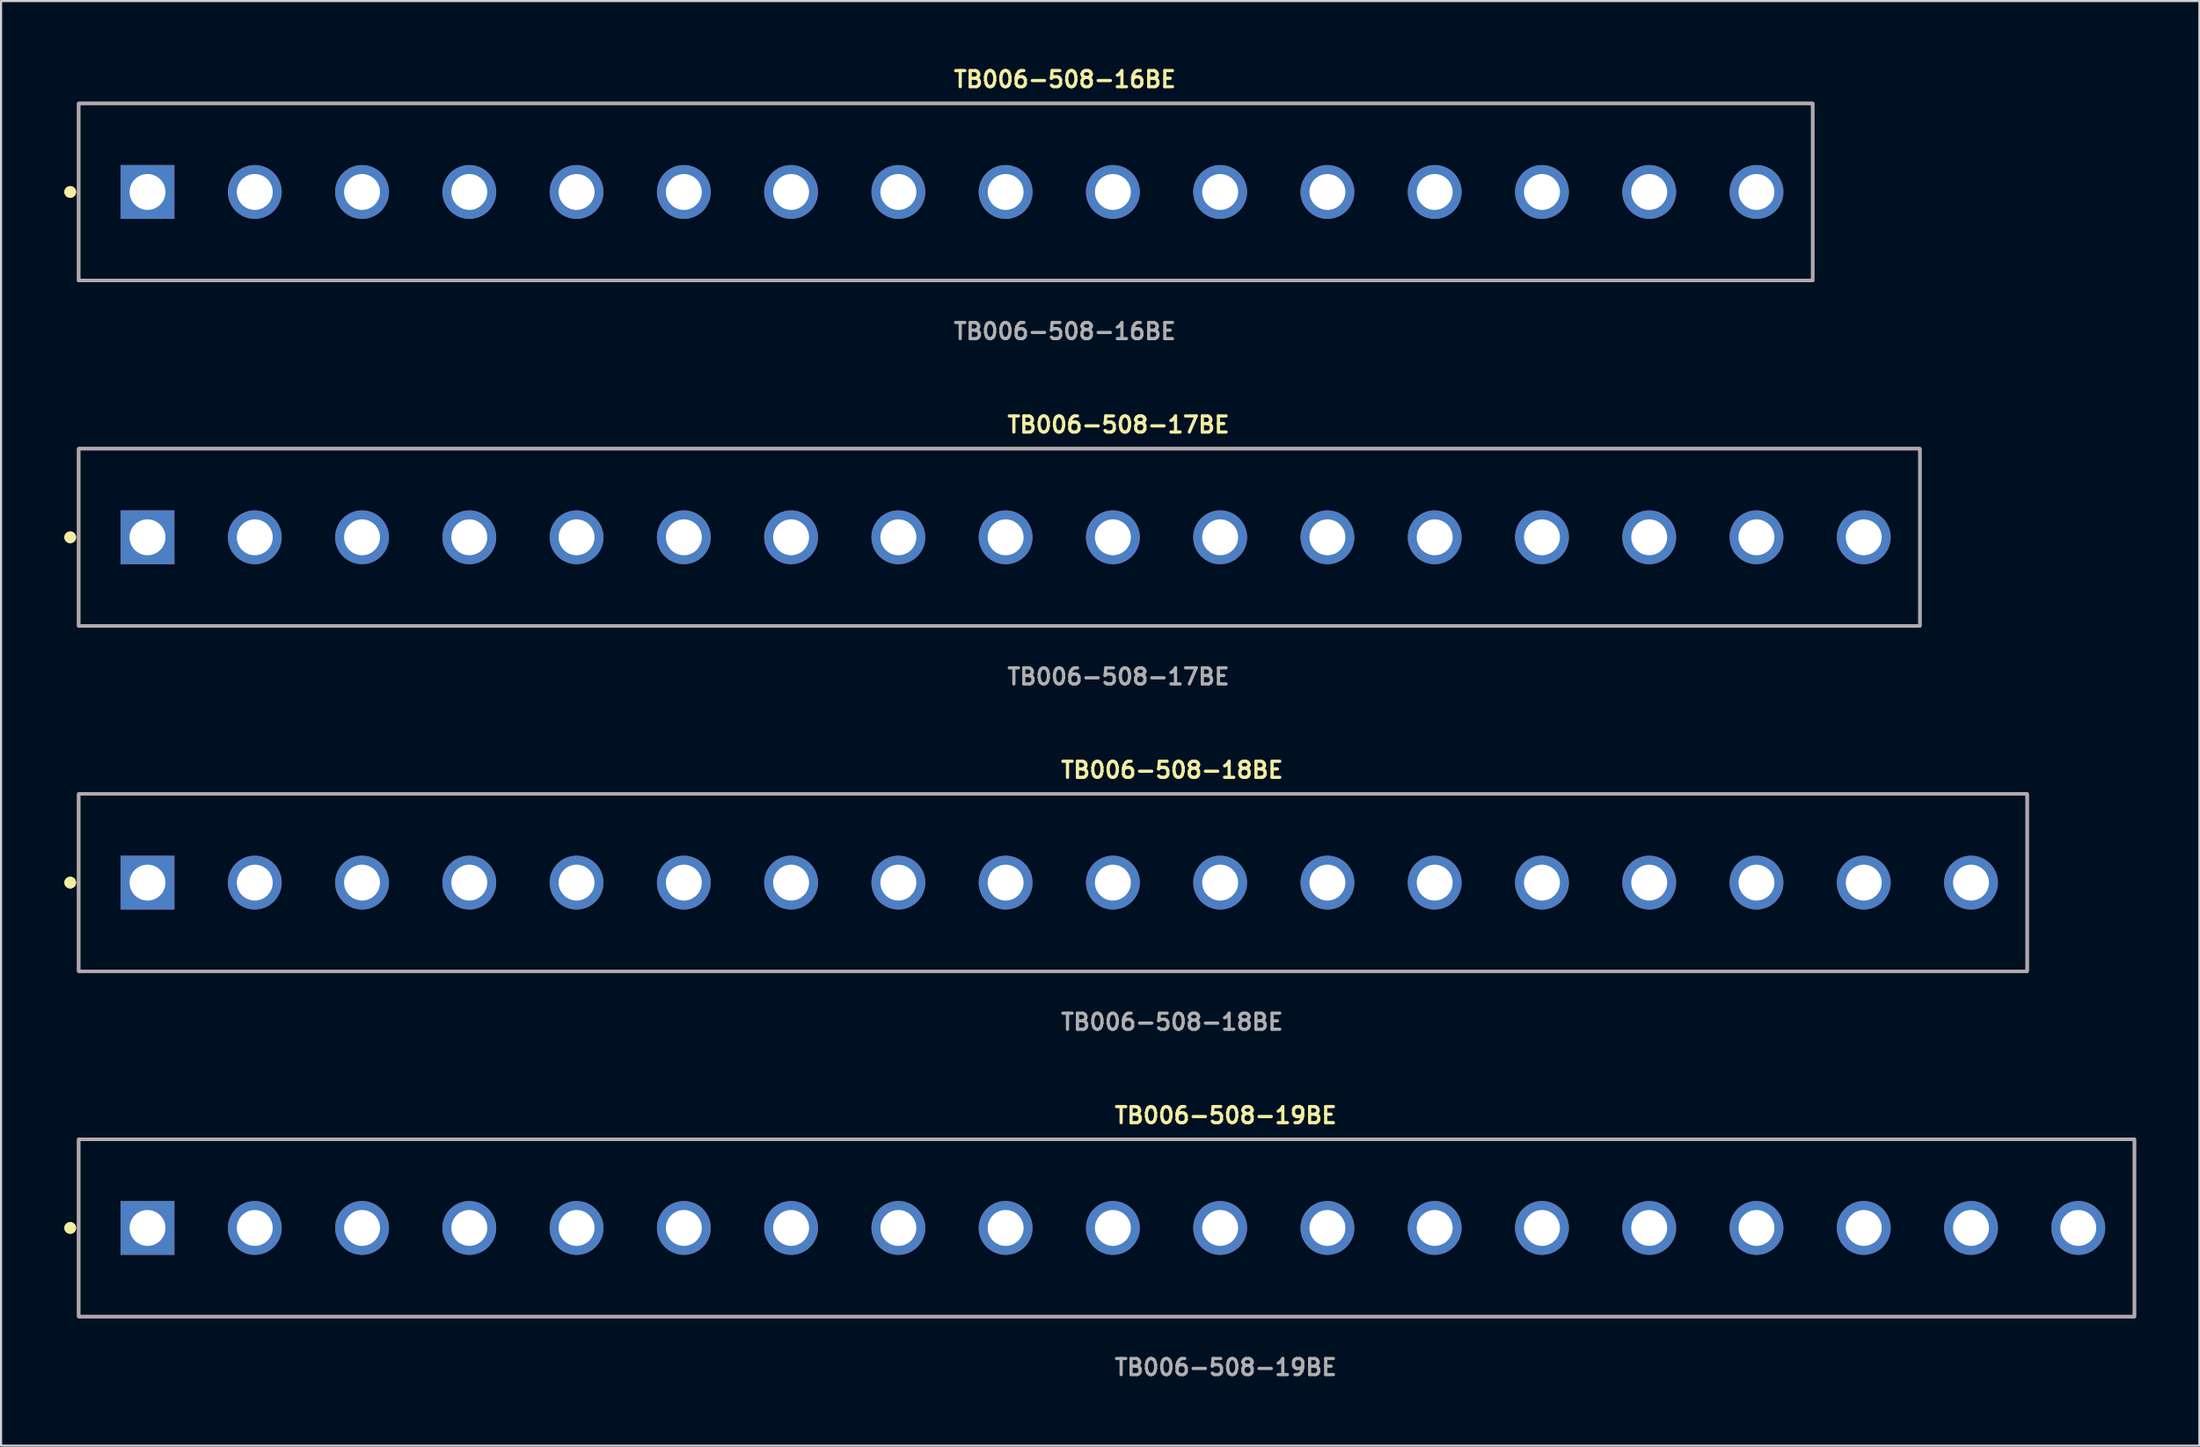
<source format=kicad_pcb>
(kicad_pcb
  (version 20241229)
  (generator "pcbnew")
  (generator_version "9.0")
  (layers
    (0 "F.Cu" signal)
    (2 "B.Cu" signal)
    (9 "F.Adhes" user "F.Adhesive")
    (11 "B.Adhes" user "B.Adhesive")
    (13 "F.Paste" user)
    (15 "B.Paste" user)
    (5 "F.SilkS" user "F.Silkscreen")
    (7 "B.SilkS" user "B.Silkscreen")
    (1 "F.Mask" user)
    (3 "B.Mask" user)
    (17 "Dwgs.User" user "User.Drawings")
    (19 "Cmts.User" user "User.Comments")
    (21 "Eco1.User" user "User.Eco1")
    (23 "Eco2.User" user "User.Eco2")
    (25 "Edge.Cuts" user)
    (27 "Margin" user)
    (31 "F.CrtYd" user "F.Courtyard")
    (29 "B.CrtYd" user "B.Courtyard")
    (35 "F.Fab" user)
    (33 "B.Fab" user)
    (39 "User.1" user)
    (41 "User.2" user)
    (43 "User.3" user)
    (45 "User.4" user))
  (footprint "TB006-508-17BE"
    (layer "F.Cu")
    (at 44.576 22.412)
    (property "Reference" "TB006-508-17BE" (at 0 -5.334 0) (unlocked yes) (layer "F.SilkS") (effects (font (size 0.762 0.762) (thickness 0.152)) (justify left)))
    (fp_rect (start -43.9 4.2) (end 43.3 -4.2) (stroke (width 0.152) (type solid)) (fill no) (layer "F.SilkS"))
    (fp_circle (center -44.3 0) (end -44.5 0) (stroke (width 0.152) (type solid)) (fill yes) (layer "F.SilkS"))
    (fp_circle (center -44.3 0) (end -44.5 0) (stroke (width 0.152) (type solid)) (fill yes) (layer "F.SilkS"))
    (fp_rect (start -43.9 4.2) (end 43.3 -4.2) (stroke (width 0.006) (type solid)) (fill no) (layer "F.CrtYd"))
    (fp_rect (start -43.9 4.2) (end 43.3 -4.2) (stroke (width 0.152) (type solid)) (fill no) (layer "F.Fab"))
    (fp_text user "${REFERENCE}" (at 0 6.604 0) (unlocked yes) (layer "F.Fab") (effects (font (size 0.762 0.762) (thickness 0.152)) (justify left)))
    (pad "1" thru_hole rect (at -40.64 0) (size 2.55 2.55) (drill 1.7) (layers "*.Cu" "*.Mask"))
    (pad "2" thru_hole circle (at -35.56 0) (size 2.55 2.55) (drill 1.7) (layers "*.Cu" "*.Mask"))
    (pad "3" thru_hole circle (at -30.48 0) (size 2.55 2.55) (drill 1.7) (layers "*.Cu" "*.Mask"))
    (pad "4" thru_hole circle (at -25.4 0) (size 2.55 2.55) (drill 1.7) (layers "*.Cu" "*.Mask"))
    (pad "5" thru_hole circle (at -20.32 0) (size 2.55 2.55) (drill 1.7) (layers "*.Cu" "*.Mask"))
    (pad "6" thru_hole circle (at -15.24 0) (size 2.55 2.55) (drill 1.7) (layers "*.Cu" "*.Mask"))
    (pad "7" thru_hole circle (at -10.16 0) (size 2.55 2.55) (drill 1.7) (layers "*.Cu" "*.Mask"))
    (pad "8" thru_hole circle (at -5.08 0) (size 2.55 2.55) (drill 1.7) (layers "*.Cu" "*.Mask"))
    (pad "9" thru_hole circle (at 0 0) (size 2.55 2.55) (drill 1.7) (layers "*.Cu" "*.Mask"))
    (pad "10" thru_hole circle (at 5.08 0) (size 2.55 2.55) (drill 1.7) (layers "*.Cu" "*.Mask"))
    (pad "11" thru_hole circle (at 10.16 0) (size 2.55 2.55) (drill 1.7) (layers "*.Cu" "*.Mask"))
    (pad "12" thru_hole circle (at 15.24 0) (size 2.55 2.55) (drill 1.7) (layers "*.Cu" "*.Mask"))
    (pad "13" thru_hole circle (at 20.32 0) (size 2.55 2.55) (drill 1.7) (layers "*.Cu" "*.Mask"))
    (pad "14" thru_hole circle (at 25.4 0) (size 2.55 2.55) (drill 1.7) (layers "*.Cu" "*.Mask"))
    (pad "15" thru_hole circle (at 30.48 0) (size 2.55 2.55) (drill 1.7) (layers "*.Cu" "*.Mask"))
    (pad "16" thru_hole circle (at 35.56 0) (size 2.55 2.55) (drill 1.7) (layers "*.Cu" "*.Mask"))
    (pad "17" thru_hole circle (at 40.64 0) (size 2.55 2.55) (drill 1.7) (layers "*.Cu" "*.Mask")))
  (footprint "TB006-508-18BE"
    (layer "F.Cu")
    (at 47.116 38.776)
    (property "Reference" "TB006-508-18BE" (at 0 -5.334 0) (unlocked yes) (layer "F.SilkS") (effects (font (size 0.762 0.762) (thickness 0.152)) (justify left)))
    (fp_rect (start -46.44 4.2) (end 45.84 -4.2) (stroke (width 0.152) (type solid)) (fill no) (layer "F.SilkS"))
    (fp_circle (center -46.84 0) (end -47.04 0) (stroke (width 0.152) (type solid)) (fill yes) (layer "F.SilkS"))
    (fp_circle (center -46.84 0) (end -47.04 0) (stroke (width 0.152) (type solid)) (fill yes) (layer "F.SilkS"))
    (fp_rect (start -46.44 4.2) (end 45.84 -4.2) (stroke (width 0.006) (type solid)) (fill no) (layer "F.CrtYd"))
    (fp_rect (start -46.44 4.2) (end 45.84 -4.2) (stroke (width 0.152) (type solid)) (fill no) (layer "F.Fab"))
    (fp_text user "${REFERENCE}" (at 0 6.604 0) (unlocked yes) (layer "F.Fab") (effects (font (size 0.762 0.762) (thickness 0.152)) (justify left)))
    (pad "1" thru_hole rect (at -43.18 0) (size 2.55 2.55) (drill 1.7) (layers "*.Cu" "*.Mask"))
    (pad "2" thru_hole circle (at -38.1 0) (size 2.55 2.55) (drill 1.7) (layers "*.Cu" "*.Mask"))
    (pad "3" thru_hole circle (at -33.02 0) (size 2.55 2.55) (drill 1.7) (layers "*.Cu" "*.Mask"))
    (pad "4" thru_hole circle (at -27.94 0) (size 2.55 2.55) (drill 1.7) (layers "*.Cu" "*.Mask"))
    (pad "5" thru_hole circle (at -22.86 0) (size 2.55 2.55) (drill 1.7) (layers "*.Cu" "*.Mask"))
    (pad "6" thru_hole circle (at -17.78 0) (size 2.55 2.55) (drill 1.7) (layers "*.Cu" "*.Mask"))
    (pad "7" thru_hole circle (at -12.7 0) (size 2.55 2.55) (drill 1.7) (layers "*.Cu" "*.Mask"))
    (pad "8" thru_hole circle (at -7.62 0) (size 2.55 2.55) (drill 1.7) (layers "*.Cu" "*.Mask"))
    (pad "9" thru_hole circle (at -2.54 0) (size 2.55 2.55) (drill 1.7) (layers "*.Cu" "*.Mask"))
    (pad "10" thru_hole circle (at 2.54 0) (size 2.55 2.55) (drill 1.7) (layers "*.Cu" "*.Mask"))
    (pad "11" thru_hole circle (at 7.62 0) (size 2.55 2.55) (drill 1.7) (layers "*.Cu" "*.Mask"))
    (pad "12" thru_hole circle (at 12.7 0) (size 2.55 2.55) (drill 1.7) (layers "*.Cu" "*.Mask"))
    (pad "13" thru_hole circle (at 17.78 0) (size 2.55 2.55) (drill 1.7) (layers "*.Cu" "*.Mask"))
    (pad "14" thru_hole circle (at 22.86 0) (size 2.55 2.55) (drill 1.7) (layers "*.Cu" "*.Mask"))
    (pad "15" thru_hole circle (at 27.94 0) (size 2.55 2.55) (drill 1.7) (layers "*.Cu" "*.Mask"))
    (pad "16" thru_hole circle (at 33.02 0) (size 2.55 2.55) (drill 1.7) (layers "*.Cu" "*.Mask"))
    (pad "17" thru_hole circle (at 38.1 0) (size 2.55 2.55) (drill 1.7) (layers "*.Cu" "*.Mask"))
    (pad "18" thru_hole circle (at 43.18 0) (size 2.55 2.55) (drill 1.7) (layers "*.Cu" "*.Mask")))
  (footprint "TB006-508-16BE"
    (layer "F.Cu")
    (at 42.036 6.047)
    (property "Reference" "TB006-508-16BE" (at 0 -5.334 0) (unlocked yes) (layer "F.SilkS") (effects (font (size 0.762 0.762) (thickness 0.152)) (justify left)))
    (fp_rect (start -41.36 4.2) (end 40.76 -4.2) (stroke (width 0.152) (type solid)) (fill no) (layer "F.SilkS"))
    (fp_circle (center -41.76 0) (end -41.96 0) (stroke (width 0.152) (type solid)) (fill yes) (layer "F.SilkS"))
    (fp_circle (center -41.76 0) (end -41.96 0) (stroke (width 0.152) (type solid)) (fill yes) (layer "F.SilkS"))
    (fp_rect (start -41.36 4.2) (end 40.76 -4.2) (stroke (width 0.006) (type solid)) (fill no) (layer "F.CrtYd"))
    (fp_rect (start -41.36 4.2) (end 40.76 -4.2) (stroke (width 0.152) (type solid)) (fill no) (layer "F.Fab"))
    (fp_text user "${REFERENCE}" (at 0 6.604 0) (unlocked yes) (layer "F.Fab") (effects (font (size 0.762 0.762) (thickness 0.152)) (justify left)))
    (pad "1" thru_hole rect (at -38.1 0) (size 2.55 2.55) (drill 1.7) (layers "*.Cu" "*.Mask"))
    (pad "2" thru_hole circle (at -33.02 0) (size 2.55 2.55) (drill 1.7) (layers "*.Cu" "*.Mask"))
    (pad "3" thru_hole circle (at -27.94 0) (size 2.55 2.55) (drill 1.7) (layers "*.Cu" "*.Mask"))
    (pad "4" thru_hole circle (at -22.86 0) (size 2.55 2.55) (drill 1.7) (layers "*.Cu" "*.Mask"))
    (pad "5" thru_hole circle (at -17.78 0) (size 2.55 2.55) (drill 1.7) (layers "*.Cu" "*.Mask"))
    (pad "6" thru_hole circle (at -12.7 0) (size 2.55 2.55) (drill 1.7) (layers "*.Cu" "*.Mask"))
    (pad "7" thru_hole circle (at -7.62 0) (size 2.55 2.55) (drill 1.7) (layers "*.Cu" "*.Mask"))
    (pad "8" thru_hole circle (at -2.54 0) (size 2.55 2.55) (drill 1.7) (layers "*.Cu" "*.Mask"))
    (pad "9" thru_hole circle (at 2.54 0) (size 2.55 2.55) (drill 1.7) (layers "*.Cu" "*.Mask"))
    (pad "10" thru_hole circle (at 7.62 0) (size 2.55 2.55) (drill 1.7) (layers "*.Cu" "*.Mask"))
    (pad "11" thru_hole circle (at 12.7 0) (size 2.55 2.55) (drill 1.7) (layers "*.Cu" "*.Mask"))
    (pad "12" thru_hole circle (at 17.78 0) (size 2.55 2.55) (drill 1.7) (layers "*.Cu" "*.Mask"))
    (pad "13" thru_hole circle (at 22.86 0) (size 2.55 2.55) (drill 1.7) (layers "*.Cu" "*.Mask"))
    (pad "14" thru_hole circle (at 27.94 0) (size 2.55 2.55) (drill 1.7) (layers "*.Cu" "*.Mask"))
    (pad "15" thru_hole circle (at 33.02 0) (size 2.55 2.55) (drill 1.7) (layers "*.Cu" "*.Mask"))
    (pad "16" thru_hole circle (at 38.1 0) (size 2.55 2.55) (drill 1.7) (layers "*.Cu" "*.Mask")))
  (footprint "TB006-508-19BE"
    (layer "F.Cu")
    (at 49.656 55.141)
    (property "Reference" "TB006-508-19BE" (at 0 -5.334 0) (unlocked yes) (layer "F.SilkS") (effects (font (size 0.762 0.762) (thickness 0.152)) (justify left)))
    (fp_rect (start -48.98 4.2) (end 48.38 -4.2) (stroke (width 0.152) (type solid)) (fill no) (layer "F.SilkS"))
    (fp_circle (center -49.38 0) (end -49.58 0) (stroke (width 0.152) (type solid)) (fill yes) (layer "F.SilkS"))
    (fp_circle (center -49.38 0) (end -49.58 0) (stroke (width 0.152) (type solid)) (fill yes) (layer "F.SilkS"))
    (fp_rect (start -48.98 4.2) (end 48.38 -4.2) (stroke (width 0.006) (type solid)) (fill no) (layer "F.CrtYd"))
    (fp_rect (start -48.98 4.2) (end 48.38 -4.2) (stroke (width 0.152) (type solid)) (fill no) (layer "F.Fab"))
    (fp_text user "${REFERENCE}" (at 0 6.604 0) (unlocked yes) (layer "F.Fab") (effects (font (size 0.762 0.762) (thickness 0.152)) (justify left)))
    (pad "1" thru_hole rect (at -45.72 0) (size 2.55 2.55) (drill 1.7) (layers "*.Cu" "*.Mask"))
    (pad "2" thru_hole circle (at -40.64 0) (size 2.55 2.55) (drill 1.7) (layers "*.Cu" "*.Mask"))
    (pad "3" thru_hole circle (at -35.56 0) (size 2.55 2.55) (drill 1.7) (layers "*.Cu" "*.Mask"))
    (pad "4" thru_hole circle (at -30.48 0) (size 2.55 2.55) (drill 1.7) (layers "*.Cu" "*.Mask"))
    (pad "5" thru_hole circle (at -25.4 0) (size 2.55 2.55) (drill 1.7) (layers "*.Cu" "*.Mask"))
    (pad "6" thru_hole circle (at -20.32 0) (size 2.55 2.55) (drill 1.7) (layers "*.Cu" "*.Mask"))
    (pad "7" thru_hole circle (at -15.24 0) (size 2.55 2.55) (drill 1.7) (layers "*.Cu" "*.Mask"))
    (pad "8" thru_hole circle (at -10.16 0) (size 2.55 2.55) (drill 1.7) (layers "*.Cu" "*.Mask"))
    (pad "9" thru_hole circle (at -5.08 0) (size 2.55 2.55) (drill 1.7) (layers "*.Cu" "*.Mask"))
    (pad "10" thru_hole circle (at 0 0) (size 2.55 2.55) (drill 1.7) (layers "*.Cu" "*.Mask"))
    (pad "11" thru_hole circle (at 5.08 0) (size 2.55 2.55) (drill 1.7) (layers "*.Cu" "*.Mask"))
    (pad "12" thru_hole circle (at 10.16 0) (size 2.55 2.55) (drill 1.7) (layers "*.Cu" "*.Mask"))
    (pad "13" thru_hole circle (at 15.24 0) (size 2.55 2.55) (drill 1.7) (layers "*.Cu" "*.Mask"))
    (pad "14" thru_hole circle (at 20.32 0) (size 2.55 2.55) (drill 1.7) (layers "*.Cu" "*.Mask"))
    (pad "15" thru_hole circle (at 25.4 0) (size 2.55 2.55) (drill 1.7) (layers "*.Cu" "*.Mask"))
    (pad "16" thru_hole circle (at 30.48 0) (size 2.55 2.55) (drill 1.7) (layers "*.Cu" "*.Mask"))
    (pad "17" thru_hole circle (at 35.56 0) (size 2.55 2.55) (drill 1.7) (layers "*.Cu" "*.Mask"))
    (pad "18" thru_hole circle (at 40.64 0) (size 2.55 2.55) (drill 1.7) (layers "*.Cu" "*.Mask"))
    (pad "19" thru_hole circle (at 45.72 0) (size 2.55 2.55) (drill 1.7) (layers "*.Cu" "*.Mask")))
  (gr_rect
    (start -3 -3)
    (end 101.112 65.458)
    (stroke (width 0.1) (type default))
    (fill no)
    (layer "Edge.Cuts")))
</source>
